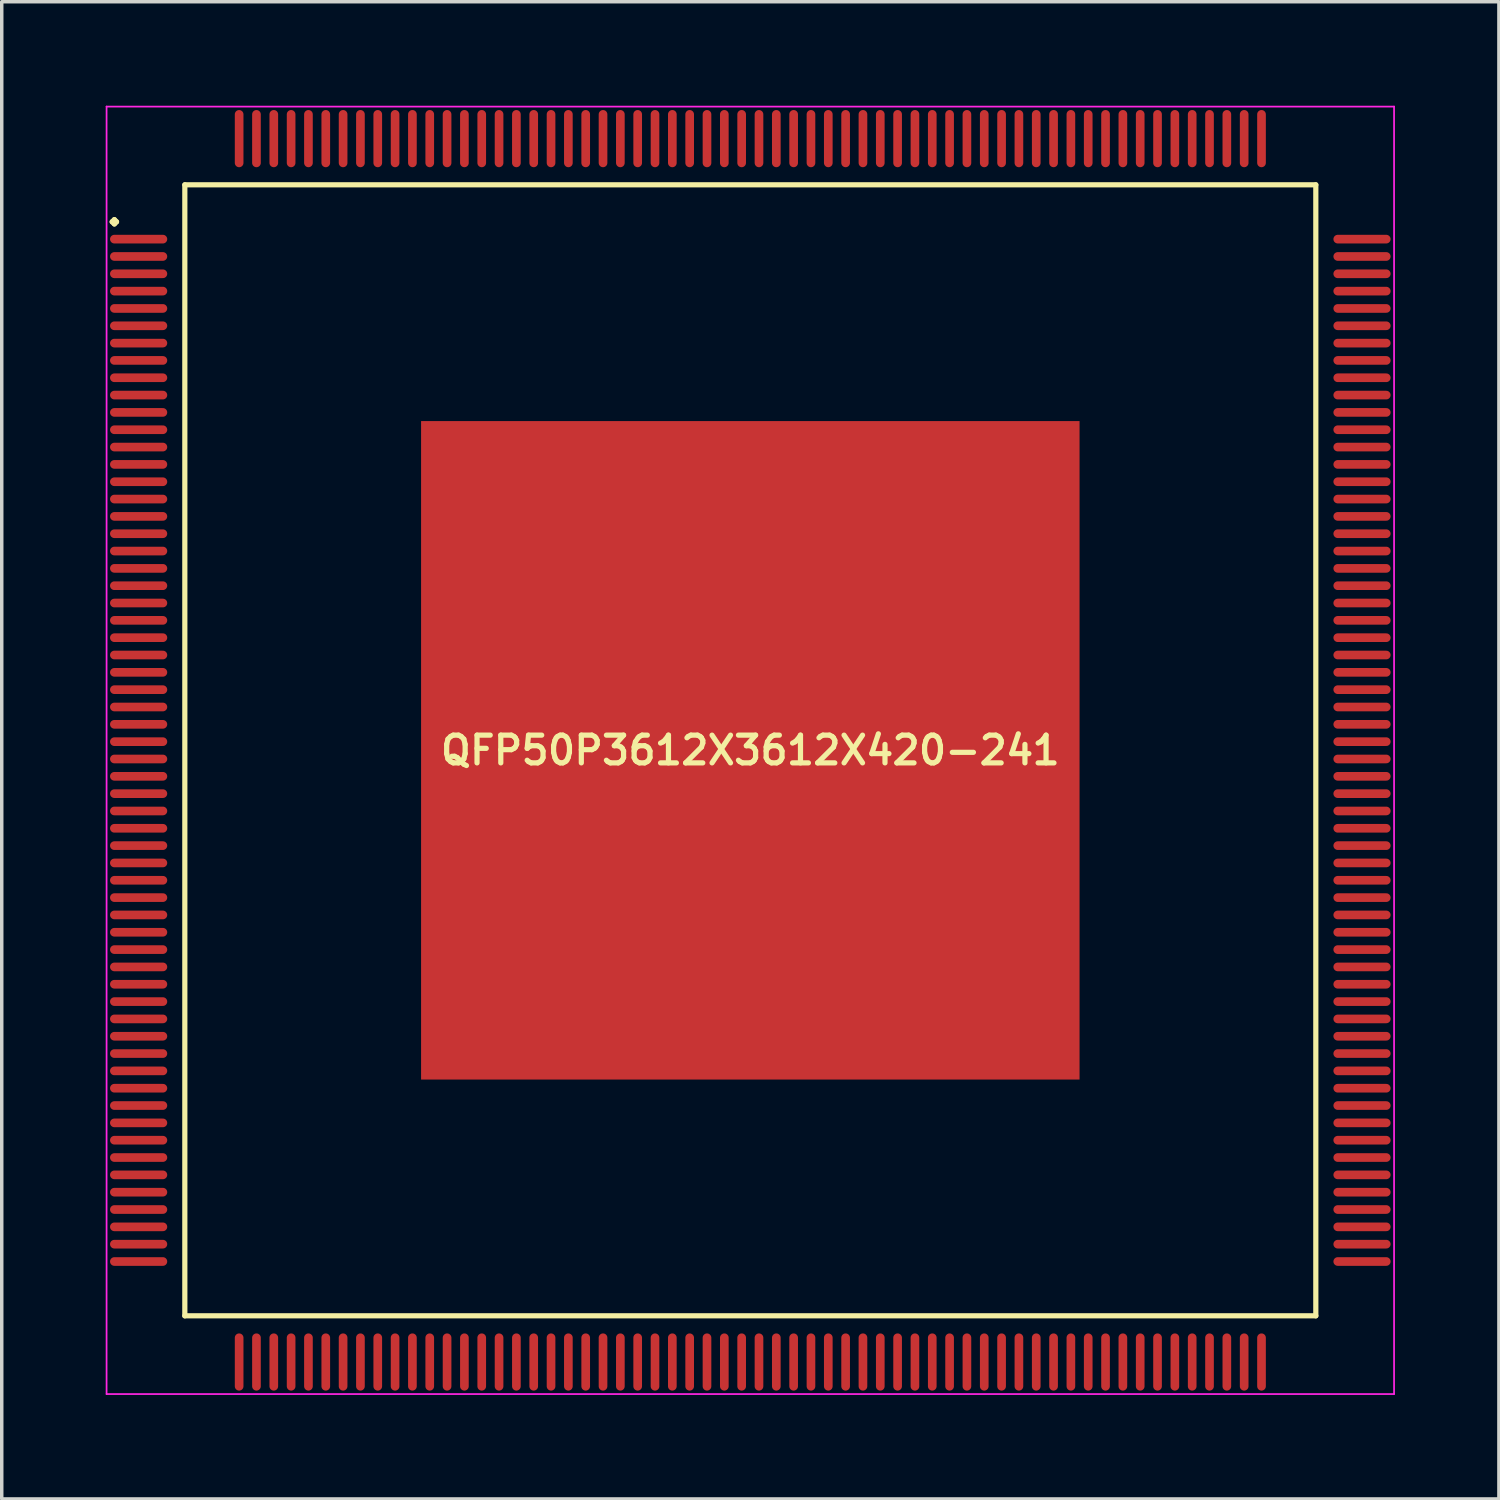
<source format=kicad_pcb>
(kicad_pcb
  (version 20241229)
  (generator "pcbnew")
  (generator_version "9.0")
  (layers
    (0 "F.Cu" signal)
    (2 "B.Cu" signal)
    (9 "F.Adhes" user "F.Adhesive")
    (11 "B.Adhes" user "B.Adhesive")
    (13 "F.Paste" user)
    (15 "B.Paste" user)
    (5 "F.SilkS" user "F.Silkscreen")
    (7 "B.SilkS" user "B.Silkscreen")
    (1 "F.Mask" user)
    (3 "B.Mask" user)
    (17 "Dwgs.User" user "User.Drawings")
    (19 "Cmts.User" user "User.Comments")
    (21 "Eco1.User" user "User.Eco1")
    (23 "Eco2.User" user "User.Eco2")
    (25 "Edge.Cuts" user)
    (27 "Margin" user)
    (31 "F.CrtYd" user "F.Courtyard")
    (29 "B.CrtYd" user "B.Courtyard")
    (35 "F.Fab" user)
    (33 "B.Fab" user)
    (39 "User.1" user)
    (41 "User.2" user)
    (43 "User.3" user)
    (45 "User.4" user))
  (footprint "QFP50P3612X3612X420-241"
    (layer "F.Cu")
    (at 18.6 18.6)
    (property "Reference" "QFP50P3612X3612X420-241" (at 0 0 0) (layer "F.SilkS") (effects (font (size 0.8 0.8) (thickness 0.15))))
    (attr smd)
    (fp_line (start -18.413 -15.25) (end -18.35 -15.312) (stroke (width 0.15) (type solid)) (layer "F.SilkS"))
    (fp_line (start -18.35 -15.312) (end -18.288 -15.25) (stroke (width 0.15) (type solid)) (layer "F.SilkS"))
    (fp_line (start -18.35 -15.188) (end -18.413 -15.25) (stroke (width 0.15) (type solid)) (layer "F.SilkS"))
    (fp_line (start -18.288 -15.25) (end -18.35 -15.188) (stroke (width 0.15) (type solid)) (layer "F.SilkS"))
    (fp_line (start -16.317 -16.317) (end -16.317 16.317) (stroke (width 0.15) (type solid)) (layer "F.SilkS"))
    (fp_line (start -16.317 16.317) (end 16.317 16.317) (stroke (width 0.15) (type solid)) (layer "F.SilkS"))
    (fp_line (start 16.317 -16.317) (end -16.317 -16.317) (stroke (width 0.15) (type solid)) (layer "F.SilkS"))
    (fp_line (start 16.317 16.317) (end 16.317 -16.317) (stroke (width 0.15) (type solid)) (layer "F.SilkS"))
    (fp_line (start -18.575 -18.575) (end 18.575 -18.575) (stroke (width 0.05) (type solid)) (layer "F.CrtYd"))
    (fp_line (start -18.575 18.575) (end -18.575 -18.575) (stroke (width 0.05) (type solid)) (layer "F.CrtYd"))
    (fp_line (start 18.575 -18.575) (end 18.575 18.575) (stroke (width 0.05) (type solid)) (layer "F.CrtYd"))
    (fp_line (start 18.575 18.575) (end -18.575 18.575) (stroke (width 0.05) (type solid)) (layer "F.CrtYd"))
    (pad "1" smd oval (at -17.65 -14.75) (size 1.65 0.25) (layers "F.Cu" "F.Mask" "F.Paste"))
    (pad "2" smd oval (at -17.65 -14.25) (size 1.65 0.25) (layers "F.Cu" "F.Mask" "F.Paste"))
    (pad "3" smd oval (at -17.65 -13.75) (size 1.65 0.25) (layers "F.Cu" "F.Mask" "F.Paste"))
    (pad "4" smd oval (at -17.65 -13.25) (size 1.65 0.25) (layers "F.Cu" "F.Mask" "F.Paste"))
    (pad "5" smd oval (at -17.65 -12.75) (size 1.65 0.25) (layers "F.Cu" "F.Mask" "F.Paste"))
    (pad "6" smd oval (at -17.65 -12.25) (size 1.65 0.25) (layers "F.Cu" "F.Mask" "F.Paste"))
    (pad "7" smd oval (at -17.65 -11.75) (size 1.65 0.25) (layers "F.Cu" "F.Mask" "F.Paste"))
    (pad "8" smd oval (at -17.65 -11.25) (size 1.65 0.25) (layers "F.Cu" "F.Mask" "F.Paste"))
    (pad "9" smd oval (at -17.65 -10.75) (size 1.65 0.25) (layers "F.Cu" "F.Mask" "F.Paste"))
    (pad "10" smd oval (at -17.65 -10.25) (size 1.65 0.25) (layers "F.Cu" "F.Mask" "F.Paste"))
    (pad "11" smd oval (at -17.65 -9.75) (size 1.65 0.25) (layers "F.Cu" "F.Mask" "F.Paste"))
    (pad "12" smd oval (at -17.65 -9.25) (size 1.65 0.25) (layers "F.Cu" "F.Mask" "F.Paste"))
    (pad "13" smd oval (at -17.65 -8.75) (size 1.65 0.25) (layers "F.Cu" "F.Mask" "F.Paste"))
    (pad "14" smd oval (at -17.65 -8.25) (size 1.65 0.25) (layers "F.Cu" "F.Mask" "F.Paste"))
    (pad "15" smd oval (at -17.65 -7.75) (size 1.65 0.25) (layers "F.Cu" "F.Mask" "F.Paste"))
    (pad "16" smd oval (at -17.65 -7.25) (size 1.65 0.25) (layers "F.Cu" "F.Mask" "F.Paste"))
    (pad "17" smd oval (at -17.65 -6.75) (size 1.65 0.25) (layers "F.Cu" "F.Mask" "F.Paste"))
    (pad "18" smd oval (at -17.65 -6.25) (size 1.65 0.25) (layers "F.Cu" "F.Mask" "F.Paste"))
    (pad "19" smd oval (at -17.65 -5.75) (size 1.65 0.25) (layers "F.Cu" "F.Mask" "F.Paste"))
    (pad "20" smd oval (at -17.65 -5.25) (size 1.65 0.25) (layers "F.Cu" "F.Mask" "F.Paste"))
    (pad "21" smd oval (at -17.65 -4.75) (size 1.65 0.25) (layers "F.Cu" "F.Mask" "F.Paste"))
    (pad "22" smd oval (at -17.65 -4.25) (size 1.65 0.25) (layers "F.Cu" "F.Mask" "F.Paste"))
    (pad "23" smd oval (at -17.65 -3.75) (size 1.65 0.25) (layers "F.Cu" "F.Mask" "F.Paste"))
    (pad "24" smd oval (at -17.65 -3.25) (size 1.65 0.25) (layers "F.Cu" "F.Mask" "F.Paste"))
    (pad "25" smd oval (at -17.65 -2.75) (size 1.65 0.25) (layers "F.Cu" "F.Mask" "F.Paste"))
    (pad "26" smd oval (at -17.65 -2.25) (size 1.65 0.25) (layers "F.Cu" "F.Mask" "F.Paste"))
    (pad "27" smd oval (at -17.65 -1.75) (size 1.65 0.25) (layers "F.Cu" "F.Mask" "F.Paste"))
    (pad "28" smd oval (at -17.65 -1.25) (size 1.65 0.25) (layers "F.Cu" "F.Mask" "F.Paste"))
    (pad "29" smd oval (at -17.65 -0.75) (size 1.65 0.25) (layers "F.Cu" "F.Mask" "F.Paste"))
    (pad "30" smd oval (at -17.65 -0.25) (size 1.65 0.25) (layers "F.Cu" "F.Mask" "F.Paste"))
    (pad "31" smd oval (at -17.65 0.25) (size 1.65 0.25) (layers "F.Cu" "F.Mask" "F.Paste"))
    (pad "32" smd oval (at -17.65 0.75) (size 1.65 0.25) (layers "F.Cu" "F.Mask" "F.Paste"))
    (pad "33" smd oval (at -17.65 1.25) (size 1.65 0.25) (layers "F.Cu" "F.Mask" "F.Paste"))
    (pad "34" smd oval (at -17.65 1.75) (size 1.65 0.25) (layers "F.Cu" "F.Mask" "F.Paste"))
    (pad "35" smd oval (at -17.65 2.25) (size 1.65 0.25) (layers "F.Cu" "F.Mask" "F.Paste"))
    (pad "36" smd oval (at -17.65 2.75) (size 1.65 0.25) (layers "F.Cu" "F.Mask" "F.Paste"))
    (pad "37" smd oval (at -17.65 3.25) (size 1.65 0.25) (layers "F.Cu" "F.Mask" "F.Paste"))
    (pad "38" smd oval (at -17.65 3.75) (size 1.65 0.25) (layers "F.Cu" "F.Mask" "F.Paste"))
    (pad "39" smd oval (at -17.65 4.25) (size 1.65 0.25) (layers "F.Cu" "F.Mask" "F.Paste"))
    (pad "40" smd oval (at -17.65 4.75) (size 1.65 0.25) (layers "F.Cu" "F.Mask" "F.Paste"))
    (pad "41" smd oval (at -17.65 5.25) (size 1.65 0.25) (layers "F.Cu" "F.Mask" "F.Paste"))
    (pad "42" smd oval (at -17.65 5.75) (size 1.65 0.25) (layers "F.Cu" "F.Mask" "F.Paste"))
    (pad "43" smd oval (at -17.65 6.25) (size 1.65 0.25) (layers "F.Cu" "F.Mask" "F.Paste"))
    (pad "44" smd oval (at -17.65 6.75) (size 1.65 0.25) (layers "F.Cu" "F.Mask" "F.Paste"))
    (pad "45" smd oval (at -17.65 7.25) (size 1.65 0.25) (layers "F.Cu" "F.Mask" "F.Paste"))
    (pad "46" smd oval (at -17.65 7.75) (size 1.65 0.25) (layers "F.Cu" "F.Mask" "F.Paste"))
    (pad "47" smd oval (at -17.65 8.25) (size 1.65 0.25) (layers "F.Cu" "F.Mask" "F.Paste"))
    (pad "48" smd oval (at -17.65 8.75) (size 1.65 0.25) (layers "F.Cu" "F.Mask" "F.Paste"))
    (pad "49" smd oval (at -17.65 9.25) (size 1.65 0.25) (layers "F.Cu" "F.Mask" "F.Paste"))
    (pad "50" smd oval (at -17.65 9.75) (size 1.65 0.25) (layers "F.Cu" "F.Mask" "F.Paste"))
    (pad "51" smd oval (at -17.65 10.25) (size 1.65 0.25) (layers "F.Cu" "F.Mask" "F.Paste"))
    (pad "52" smd oval (at -17.65 10.75) (size 1.65 0.25) (layers "F.Cu" "F.Mask" "F.Paste"))
    (pad "53" smd oval (at -17.65 11.25) (size 1.65 0.25) (layers "F.Cu" "F.Mask" "F.Paste"))
    (pad "54" smd oval (at -17.65 11.75) (size 1.65 0.25) (layers "F.Cu" "F.Mask" "F.Paste"))
    (pad "55" smd oval (at -17.65 12.25) (size 1.65 0.25) (layers "F.Cu" "F.Mask" "F.Paste"))
    (pad "56" smd oval (at -17.65 12.75) (size 1.65 0.25) (layers "F.Cu" "F.Mask" "F.Paste"))
    (pad "57" smd oval (at -17.65 13.25) (size 1.65 0.25) (layers "F.Cu" "F.Mask" "F.Paste"))
    (pad "58" smd oval (at -17.65 13.75) (size 1.65 0.25) (layers "F.Cu" "F.Mask" "F.Paste"))
    (pad "59" smd oval (at -17.65 14.25) (size 1.65 0.25) (layers "F.Cu" "F.Mask" "F.Paste"))
    (pad "60" smd oval (at -17.65 14.75) (size 1.65 0.25) (layers "F.Cu" "F.Mask" "F.Paste"))
    (pad "61" smd oval (at -14.75 17.65) (size 0.25 1.65) (layers "F.Cu" "F.Mask" "F.Paste"))
    (pad "62" smd oval (at -14.25 17.65) (size 0.25 1.65) (layers "F.Cu" "F.Mask" "F.Paste"))
    (pad "63" smd oval (at -13.75 17.65) (size 0.25 1.65) (layers "F.Cu" "F.Mask" "F.Paste"))
    (pad "64" smd oval (at -13.25 17.65) (size 0.25 1.65) (layers "F.Cu" "F.Mask" "F.Paste"))
    (pad "65" smd oval (at -12.75 17.65) (size 0.25 1.65) (layers "F.Cu" "F.Mask" "F.Paste"))
    (pad "66" smd oval (at -12.25 17.65) (size 0.25 1.65) (layers "F.Cu" "F.Mask" "F.Paste"))
    (pad "67" smd oval (at -11.75 17.65) (size 0.25 1.65) (layers "F.Cu" "F.Mask" "F.Paste"))
    (pad "68" smd oval (at -11.25 17.65) (size 0.25 1.65) (layers "F.Cu" "F.Mask" "F.Paste"))
    (pad "69" smd oval (at -10.75 17.65) (size 0.25 1.65) (layers "F.Cu" "F.Mask" "F.Paste"))
    (pad "70" smd oval (at -10.25 17.65) (size 0.25 1.65) (layers "F.Cu" "F.Mask" "F.Paste"))
    (pad "71" smd oval (at -9.75 17.65) (size 0.25 1.65) (layers "F.Cu" "F.Mask" "F.Paste"))
    (pad "72" smd oval (at -9.25 17.65) (size 0.25 1.65) (layers "F.Cu" "F.Mask" "F.Paste"))
    (pad "73" smd oval (at -8.75 17.65) (size 0.25 1.65) (layers "F.Cu" "F.Mask" "F.Paste"))
    (pad "74" smd oval (at -8.25 17.65) (size 0.25 1.65) (layers "F.Cu" "F.Mask" "F.Paste"))
    (pad "75" smd oval (at -7.75 17.65) (size 0.25 1.65) (layers "F.Cu" "F.Mask" "F.Paste"))
    (pad "76" smd oval (at -7.25 17.65) (size 0.25 1.65) (layers "F.Cu" "F.Mask" "F.Paste"))
    (pad "77" smd oval (at -6.75 17.65) (size 0.25 1.65) (layers "F.Cu" "F.Mask" "F.Paste"))
    (pad "78" smd oval (at -6.25 17.65) (size 0.25 1.65) (layers "F.Cu" "F.Mask" "F.Paste"))
    (pad "79" smd oval (at -5.75 17.65) (size 0.25 1.65) (layers "F.Cu" "F.Mask" "F.Paste"))
    (pad "80" smd oval (at -5.25 17.65) (size 0.25 1.65) (layers "F.Cu" "F.Mask" "F.Paste"))
    (pad "81" smd oval (at -4.75 17.65) (size 0.25 1.65) (layers "F.Cu" "F.Mask" "F.Paste"))
    (pad "82" smd oval (at -4.25 17.65) (size 0.25 1.65) (layers "F.Cu" "F.Mask" "F.Paste"))
    (pad "83" smd oval (at -3.75 17.65) (size 0.25 1.65) (layers "F.Cu" "F.Mask" "F.Paste"))
    (pad "84" smd oval (at -3.25 17.65) (size 0.25 1.65) (layers "F.Cu" "F.Mask" "F.Paste"))
    (pad "85" smd oval (at -2.75 17.65) (size 0.25 1.65) (layers "F.Cu" "F.Mask" "F.Paste"))
    (pad "86" smd oval (at -2.25 17.65) (size 0.25 1.65) (layers "F.Cu" "F.Mask" "F.Paste"))
    (pad "87" smd oval (at -1.75 17.65) (size 0.25 1.65) (layers "F.Cu" "F.Mask" "F.Paste"))
    (pad "88" smd oval (at -1.25 17.65) (size 0.25 1.65) (layers "F.Cu" "F.Mask" "F.Paste"))
    (pad "89" smd oval (at -0.75 17.65) (size 0.25 1.65) (layers "F.Cu" "F.Mask" "F.Paste"))
    (pad "90" smd oval (at -0.25 17.65) (size 0.25 1.65) (layers "F.Cu" "F.Mask" "F.Paste"))
    (pad "91" smd oval (at 0.25 17.65) (size 0.25 1.65) (layers "F.Cu" "F.Mask" "F.Paste"))
    (pad "92" smd oval (at 0.75 17.65) (size 0.25 1.65) (layers "F.Cu" "F.Mask" "F.Paste"))
    (pad "93" smd oval (at 1.25 17.65) (size 0.25 1.65) (layers "F.Cu" "F.Mask" "F.Paste"))
    (pad "94" smd oval (at 1.75 17.65) (size 0.25 1.65) (layers "F.Cu" "F.Mask" "F.Paste"))
    (pad "95" smd oval (at 2.25 17.65) (size 0.25 1.65) (layers "F.Cu" "F.Mask" "F.Paste"))
    (pad "96" smd oval (at 2.75 17.65) (size 0.25 1.65) (layers "F.Cu" "F.Mask" "F.Paste"))
    (pad "97" smd oval (at 3.25 17.65) (size 0.25 1.65) (layers "F.Cu" "F.Mask" "F.Paste"))
    (pad "98" smd oval (at 3.75 17.65) (size 0.25 1.65) (layers "F.Cu" "F.Mask" "F.Paste"))
    (pad "99" smd oval (at 4.25 17.65) (size 0.25 1.65) (layers "F.Cu" "F.Mask" "F.Paste"))
    (pad "100" smd oval (at 4.75 17.65) (size 0.25 1.65) (layers "F.Cu" "F.Mask" "F.Paste"))
    (pad "101" smd oval (at 5.25 17.65) (size 0.25 1.65) (layers "F.Cu" "F.Mask" "F.Paste"))
    (pad "102" smd oval (at 5.75 17.65) (size 0.25 1.65) (layers "F.Cu" "F.Mask" "F.Paste"))
    (pad "103" smd oval (at 6.25 17.65) (size 0.25 1.65) (layers "F.Cu" "F.Mask" "F.Paste"))
    (pad "104" smd oval (at 6.75 17.65) (size 0.25 1.65) (layers "F.Cu" "F.Mask" "F.Paste"))
    (pad "105" smd oval (at 7.25 17.65) (size 0.25 1.65) (layers "F.Cu" "F.Mask" "F.Paste"))
    (pad "106" smd oval (at 7.75 17.65) (size 0.25 1.65) (layers "F.Cu" "F.Mask" "F.Paste"))
    (pad "107" smd oval (at 8.25 17.65) (size 0.25 1.65) (layers "F.Cu" "F.Mask" "F.Paste"))
    (pad "108" smd oval (at 8.75 17.65) (size 0.25 1.65) (layers "F.Cu" "F.Mask" "F.Paste"))
    (pad "109" smd oval (at 9.25 17.65) (size 0.25 1.65) (layers "F.Cu" "F.Mask" "F.Paste"))
    (pad "110" smd oval (at 9.75 17.65) (size 0.25 1.65) (layers "F.Cu" "F.Mask" "F.Paste"))
    (pad "111" smd oval (at 10.25 17.65) (size 0.25 1.65) (layers "F.Cu" "F.Mask" "F.Paste"))
    (pad "112" smd oval (at 10.75 17.65) (size 0.25 1.65) (layers "F.Cu" "F.Mask" "F.Paste"))
    (pad "113" smd oval (at 11.25 17.65) (size 0.25 1.65) (layers "F.Cu" "F.Mask" "F.Paste"))
    (pad "114" smd oval (at 11.75 17.65) (size 0.25 1.65) (layers "F.Cu" "F.Mask" "F.Paste"))
    (pad "115" smd oval (at 12.25 17.65) (size 0.25 1.65) (layers "F.Cu" "F.Mask" "F.Paste"))
    (pad "116" smd oval (at 12.75 17.65) (size 0.25 1.65) (layers "F.Cu" "F.Mask" "F.Paste"))
    (pad "117" smd oval (at 13.25 17.65) (size 0.25 1.65) (layers "F.Cu" "F.Mask" "F.Paste"))
    (pad "118" smd oval (at 13.75 17.65) (size 0.25 1.65) (layers "F.Cu" "F.Mask" "F.Paste"))
    (pad "119" smd oval (at 14.25 17.65) (size 0.25 1.65) (layers "F.Cu" "F.Mask" "F.Paste"))
    (pad "120" smd oval (at 14.75 17.65) (size 0.25 1.65) (layers "F.Cu" "F.Mask" "F.Paste"))
    (pad "121" smd oval (at 17.65 14.75) (size 1.65 0.25) (layers "F.Cu" "F.Mask" "F.Paste"))
    (pad "122" smd oval (at 17.65 14.25) (size 1.65 0.25) (layers "F.Cu" "F.Mask" "F.Paste"))
    (pad "123" smd oval (at 17.65 13.75) (size 1.65 0.25) (layers "F.Cu" "F.Mask" "F.Paste"))
    (pad "124" smd oval (at 17.65 13.25) (size 1.65 0.25) (layers "F.Cu" "F.Mask" "F.Paste"))
    (pad "125" smd oval (at 17.65 12.75) (size 1.65 0.25) (layers "F.Cu" "F.Mask" "F.Paste"))
    (pad "126" smd oval (at 17.65 12.25) (size 1.65 0.25) (layers "F.Cu" "F.Mask" "F.Paste"))
    (pad "127" smd oval (at 17.65 11.75) (size 1.65 0.25) (layers "F.Cu" "F.Mask" "F.Paste"))
    (pad "128" smd oval (at 17.65 11.25) (size 1.65 0.25) (layers "F.Cu" "F.Mask" "F.Paste"))
    (pad "129" smd oval (at 17.65 10.75) (size 1.65 0.25) (layers "F.Cu" "F.Mask" "F.Paste"))
    (pad "130" smd oval (at 17.65 10.25) (size 1.65 0.25) (layers "F.Cu" "F.Mask" "F.Paste"))
    (pad "131" smd oval (at 17.65 9.75) (size 1.65 0.25) (layers "F.Cu" "F.Mask" "F.Paste"))
    (pad "132" smd oval (at 17.65 9.25) (size 1.65 0.25) (layers "F.Cu" "F.Mask" "F.Paste"))
    (pad "133" smd oval (at 17.65 8.75) (size 1.65 0.25) (layers "F.Cu" "F.Mask" "F.Paste"))
    (pad "134" smd oval (at 17.65 8.25) (size 1.65 0.25) (layers "F.Cu" "F.Mask" "F.Paste"))
    (pad "135" smd oval (at 17.65 7.75) (size 1.65 0.25) (layers "F.Cu" "F.Mask" "F.Paste"))
    (pad "136" smd oval (at 17.65 7.25) (size 1.65 0.25) (layers "F.Cu" "F.Mask" "F.Paste"))
    (pad "137" smd oval (at 17.65 6.75) (size 1.65 0.25) (layers "F.Cu" "F.Mask" "F.Paste"))
    (pad "138" smd oval (at 17.65 6.25) (size 1.65 0.25) (layers "F.Cu" "F.Mask" "F.Paste"))
    (pad "139" smd oval (at 17.65 5.75) (size 1.65 0.25) (layers "F.Cu" "F.Mask" "F.Paste"))
    (pad "140" smd oval (at 17.65 5.25) (size 1.65 0.25) (layers "F.Cu" "F.Mask" "F.Paste"))
    (pad "141" smd oval (at 17.65 4.75) (size 1.65 0.25) (layers "F.Cu" "F.Mask" "F.Paste"))
    (pad "142" smd oval (at 17.65 4.25) (size 1.65 0.25) (layers "F.Cu" "F.Mask" "F.Paste"))
    (pad "143" smd oval (at 17.65 3.75) (size 1.65 0.25) (layers "F.Cu" "F.Mask" "F.Paste"))
    (pad "144" smd oval (at 17.65 3.25) (size 1.65 0.25) (layers "F.Cu" "F.Mask" "F.Paste"))
    (pad "145" smd oval (at 17.65 2.75) (size 1.65 0.25) (layers "F.Cu" "F.Mask" "F.Paste"))
    (pad "146" smd oval (at 17.65 2.25) (size 1.65 0.25) (layers "F.Cu" "F.Mask" "F.Paste"))
    (pad "147" smd oval (at 17.65 1.75) (size 1.65 0.25) (layers "F.Cu" "F.Mask" "F.Paste"))
    (pad "148" smd oval (at 17.65 1.25) (size 1.65 0.25) (layers "F.Cu" "F.Mask" "F.Paste"))
    (pad "149" smd oval (at 17.65 0.75) (size 1.65 0.25) (layers "F.Cu" "F.Mask" "F.Paste"))
    (pad "150" smd oval (at 17.65 0.25) (size 1.65 0.25) (layers "F.Cu" "F.Mask" "F.Paste"))
    (pad "151" smd oval (at 17.65 -0.25) (size 1.65 0.25) (layers "F.Cu" "F.Mask" "F.Paste"))
    (pad "152" smd oval (at 17.65 -0.75) (size 1.65 0.25) (layers "F.Cu" "F.Mask" "F.Paste"))
    (pad "153" smd oval (at 17.65 -1.25) (size 1.65 0.25) (layers "F.Cu" "F.Mask" "F.Paste"))
    (pad "154" smd oval (at 17.65 -1.75) (size 1.65 0.25) (layers "F.Cu" "F.Mask" "F.Paste"))
    (pad "155" smd oval (at 17.65 -2.25) (size 1.65 0.25) (layers "F.Cu" "F.Mask" "F.Paste"))
    (pad "156" smd oval (at 17.65 -2.75) (size 1.65 0.25) (layers "F.Cu" "F.Mask" "F.Paste"))
    (pad "157" smd oval (at 17.65 -3.25) (size 1.65 0.25) (layers "F.Cu" "F.Mask" "F.Paste"))
    (pad "158" smd oval (at 17.65 -3.75) (size 1.65 0.25) (layers "F.Cu" "F.Mask" "F.Paste"))
    (pad "159" smd oval (at 17.65 -4.25) (size 1.65 0.25) (layers "F.Cu" "F.Mask" "F.Paste"))
    (pad "160" smd oval (at 17.65 -4.75) (size 1.65 0.25) (layers "F.Cu" "F.Mask" "F.Paste"))
    (pad "161" smd oval (at 17.65 -5.25) (size 1.65 0.25) (layers "F.Cu" "F.Mask" "F.Paste"))
    (pad "162" smd oval (at 17.65 -5.75) (size 1.65 0.25) (layers "F.Cu" "F.Mask" "F.Paste"))
    (pad "163" smd oval (at 17.65 -6.25) (size 1.65 0.25) (layers "F.Cu" "F.Mask" "F.Paste"))
    (pad "164" smd oval (at 17.65 -6.75) (size 1.65 0.25) (layers "F.Cu" "F.Mask" "F.Paste"))
    (pad "165" smd oval (at 17.65 -7.25) (size 1.65 0.25) (layers "F.Cu" "F.Mask" "F.Paste"))
    (pad "166" smd oval (at 17.65 -7.75) (size 1.65 0.25) (layers "F.Cu" "F.Mask" "F.Paste"))
    (pad "167" smd oval (at 17.65 -8.25) (size 1.65 0.25) (layers "F.Cu" "F.Mask" "F.Paste"))
    (pad "168" smd oval (at 17.65 -8.75) (size 1.65 0.25) (layers "F.Cu" "F.Mask" "F.Paste"))
    (pad "169" smd oval (at 17.65 -9.25) (size 1.65 0.25) (layers "F.Cu" "F.Mask" "F.Paste"))
    (pad "170" smd oval (at 17.65 -9.75) (size 1.65 0.25) (layers "F.Cu" "F.Mask" "F.Paste"))
    (pad "171" smd oval (at 17.65 -10.25) (size 1.65 0.25) (layers "F.Cu" "F.Mask" "F.Paste"))
    (pad "172" smd oval (at 17.65 -10.75) (size 1.65 0.25) (layers "F.Cu" "F.Mask" "F.Paste"))
    (pad "173" smd oval (at 17.65 -11.25) (size 1.65 0.25) (layers "F.Cu" "F.Mask" "F.Paste"))
    (pad "174" smd oval (at 17.65 -11.75) (size 1.65 0.25) (layers "F.Cu" "F.Mask" "F.Paste"))
    (pad "175" smd oval (at 17.65 -12.25) (size 1.65 0.25) (layers "F.Cu" "F.Mask" "F.Paste"))
    (pad "176" smd oval (at 17.65 -12.75) (size 1.65 0.25) (layers "F.Cu" "F.Mask" "F.Paste"))
    (pad "177" smd oval (at 17.65 -13.25) (size 1.65 0.25) (layers "F.Cu" "F.Mask" "F.Paste"))
    (pad "178" smd oval (at 17.65 -13.75) (size 1.65 0.25) (layers "F.Cu" "F.Mask" "F.Paste"))
    (pad "179" smd oval (at 17.65 -14.25) (size 1.65 0.25) (layers "F.Cu" "F.Mask" "F.Paste"))
    (pad "180" smd oval (at 17.65 -14.75) (size 1.65 0.25) (layers "F.Cu" "F.Mask" "F.Paste"))
    (pad "181" smd oval (at 14.75 -17.65) (size 0.25 1.65) (layers "F.Cu" "F.Mask" "F.Paste"))
    (pad "182" smd oval (at 14.25 -17.65) (size 0.25 1.65) (layers "F.Cu" "F.Mask" "F.Paste"))
    (pad "183" smd oval (at 13.75 -17.65) (size 0.25 1.65) (layers "F.Cu" "F.Mask" "F.Paste"))
    (pad "184" smd oval (at 13.25 -17.65) (size 0.25 1.65) (layers "F.Cu" "F.Mask" "F.Paste"))
    (pad "185" smd oval (at 12.75 -17.65) (size 0.25 1.65) (layers "F.Cu" "F.Mask" "F.Paste"))
    (pad "186" smd oval (at 12.25 -17.65) (size 0.25 1.65) (layers "F.Cu" "F.Mask" "F.Paste"))
    (pad "187" smd oval (at 11.75 -17.65) (size 0.25 1.65) (layers "F.Cu" "F.Mask" "F.Paste"))
    (pad "188" smd oval (at 11.25 -17.65) (size 0.25 1.65) (layers "F.Cu" "F.Mask" "F.Paste"))
    (pad "189" smd oval (at 10.75 -17.65) (size 0.25 1.65) (layers "F.Cu" "F.Mask" "F.Paste"))
    (pad "190" smd oval (at 10.25 -17.65) (size 0.25 1.65) (layers "F.Cu" "F.Mask" "F.Paste"))
    (pad "191" smd oval (at 9.75 -17.65) (size 0.25 1.65) (layers "F.Cu" "F.Mask" "F.Paste"))
    (pad "192" smd oval (at 9.25 -17.65) (size 0.25 1.65) (layers "F.Cu" "F.Mask" "F.Paste"))
    (pad "193" smd oval (at 8.75 -17.65) (size 0.25 1.65) (layers "F.Cu" "F.Mask" "F.Paste"))
    (pad "194" smd oval (at 8.25 -17.65) (size 0.25 1.65) (layers "F.Cu" "F.Mask" "F.Paste"))
    (pad "195" smd oval (at 7.75 -17.65) (size 0.25 1.65) (layers "F.Cu" "F.Mask" "F.Paste"))
    (pad "196" smd oval (at 7.25 -17.65) (size 0.25 1.65) (layers "F.Cu" "F.Mask" "F.Paste"))
    (pad "197" smd oval (at 6.75 -17.65) (size 0.25 1.65) (layers "F.Cu" "F.Mask" "F.Paste"))
    (pad "198" smd oval (at 6.25 -17.65) (size 0.25 1.65) (layers "F.Cu" "F.Mask" "F.Paste"))
    (pad "199" smd oval (at 5.75 -17.65) (size 0.25 1.65) (layers "F.Cu" "F.Mask" "F.Paste"))
    (pad "200" smd oval (at 5.25 -17.65) (size 0.25 1.65) (layers "F.Cu" "F.Mask" "F.Paste"))
    (pad "201" smd oval (at 4.75 -17.65) (size 0.25 1.65) (layers "F.Cu" "F.Mask" "F.Paste"))
    (pad "202" smd oval (at 4.25 -17.65) (size 0.25 1.65) (layers "F.Cu" "F.Mask" "F.Paste"))
    (pad "203" smd oval (at 3.75 -17.65) (size 0.25 1.65) (layers "F.Cu" "F.Mask" "F.Paste"))
    (pad "204" smd oval (at 3.25 -17.65) (size 0.25 1.65) (layers "F.Cu" "F.Mask" "F.Paste"))
    (pad "205" smd oval (at 2.75 -17.65) (size 0.25 1.65) (layers "F.Cu" "F.Mask" "F.Paste"))
    (pad "206" smd oval (at 2.25 -17.65) (size 0.25 1.65) (layers "F.Cu" "F.Mask" "F.Paste"))
    (pad "207" smd oval (at 1.75 -17.65) (size 0.25 1.65) (layers "F.Cu" "F.Mask" "F.Paste"))
    (pad "208" smd oval (at 1.25 -17.65) (size 0.25 1.65) (layers "F.Cu" "F.Mask" "F.Paste"))
    (pad "209" smd oval (at 0.75 -17.65) (size 0.25 1.65) (layers "F.Cu" "F.Mask" "F.Paste"))
    (pad "210" smd oval (at 0.25 -17.65) (size 0.25 1.65) (layers "F.Cu" "F.Mask" "F.Paste"))
    (pad "211" smd oval (at -0.25 -17.65) (size 0.25 1.65) (layers "F.Cu" "F.Mask" "F.Paste"))
    (pad "212" smd oval (at -0.75 -17.65) (size 0.25 1.65) (layers "F.Cu" "F.Mask" "F.Paste"))
    (pad "213" smd oval (at -1.25 -17.65) (size 0.25 1.65) (layers "F.Cu" "F.Mask" "F.Paste"))
    (pad "214" smd oval (at -1.75 -17.65) (size 0.25 1.65) (layers "F.Cu" "F.Mask" "F.Paste"))
    (pad "215" smd oval (at -2.25 -17.65) (size 0.25 1.65) (layers "F.Cu" "F.Mask" "F.Paste"))
    (pad "216" smd oval (at -2.75 -17.65) (size 0.25 1.65) (layers "F.Cu" "F.Mask" "F.Paste"))
    (pad "217" smd oval (at -3.25 -17.65) (size 0.25 1.65) (layers "F.Cu" "F.Mask" "F.Paste"))
    (pad "218" smd oval (at -3.75 -17.65) (size 0.25 1.65) (layers "F.Cu" "F.Mask" "F.Paste"))
    (pad "219" smd oval (at -4.25 -17.65) (size 0.25 1.65) (layers "F.Cu" "F.Mask" "F.Paste"))
    (pad "220" smd oval (at -4.75 -17.65) (size 0.25 1.65) (layers "F.Cu" "F.Mask" "F.Paste"))
    (pad "221" smd oval (at -5.25 -17.65) (size 0.25 1.65) (layers "F.Cu" "F.Mask" "F.Paste"))
    (pad "222" smd oval (at -5.75 -17.65) (size 0.25 1.65) (layers "F.Cu" "F.Mask" "F.Paste"))
    (pad "223" smd oval (at -6.25 -17.65) (size 0.25 1.65) (layers "F.Cu" "F.Mask" "F.Paste"))
    (pad "224" smd oval (at -6.75 -17.65) (size 0.25 1.65) (layers "F.Cu" "F.Mask" "F.Paste"))
    (pad "225" smd oval (at -7.25 -17.65) (size 0.25 1.65) (layers "F.Cu" "F.Mask" "F.Paste"))
    (pad "226" smd oval (at -7.75 -17.65) (size 0.25 1.65) (layers "F.Cu" "F.Mask" "F.Paste"))
    (pad "227" smd oval (at -8.25 -17.65) (size 0.25 1.65) (layers "F.Cu" "F.Mask" "F.Paste"))
    (pad "228" smd oval (at -8.75 -17.65) (size 0.25 1.65) (layers "F.Cu" "F.Mask" "F.Paste"))
    (pad "229" smd oval (at -9.25 -17.65) (size 0.25 1.65) (layers "F.Cu" "F.Mask" "F.Paste"))
    (pad "230" smd oval (at -9.75 -17.65) (size 0.25 1.65) (layers "F.Cu" "F.Mask" "F.Paste"))
    (pad "231" smd oval (at -10.25 -17.65) (size 0.25 1.65) (layers "F.Cu" "F.Mask" "F.Paste"))
    (pad "232" smd oval (at -10.75 -17.65) (size 0.25 1.65) (layers "F.Cu" "F.Mask" "F.Paste"))
    (pad "233" smd oval (at -11.25 -17.65) (size 0.25 1.65) (layers "F.Cu" "F.Mask" "F.Paste"))
    (pad "234" smd oval (at -11.75 -17.65) (size 0.25 1.65) (layers "F.Cu" "F.Mask" "F.Paste"))
    (pad "235" smd oval (at -12.25 -17.65) (size 0.25 1.65) (layers "F.Cu" "F.Mask" "F.Paste"))
    (pad "236" smd oval (at -12.75 -17.65) (size 0.25 1.65) (layers "F.Cu" "F.Mask" "F.Paste"))
    (pad "237" smd oval (at -13.25 -17.65) (size 0.25 1.65) (layers "F.Cu" "F.Mask" "F.Paste"))
    (pad "238" smd oval (at -13.75 -17.65) (size 0.25 1.65) (layers "F.Cu" "F.Mask" "F.Paste"))
    (pad "239" smd oval (at -14.25 -17.65) (size 0.25 1.65) (layers "F.Cu" "F.Mask" "F.Paste"))
    (pad "240" smd oval (at -14.75 -17.65) (size 0.25 1.65) (layers "F.Cu" "F.Mask" "F.Paste"))
    (pad "241" smd rect (at 0 0) (size 19 19) (layers "F.Cu" "F.Mask" "F.Paste")))
  (gr_rect
    (start -3 -3)
    (end 40.2 40.2)
    (stroke (width 0.1) (type default))
    (fill no)
    (layer "Edge.Cuts")))
</source>
